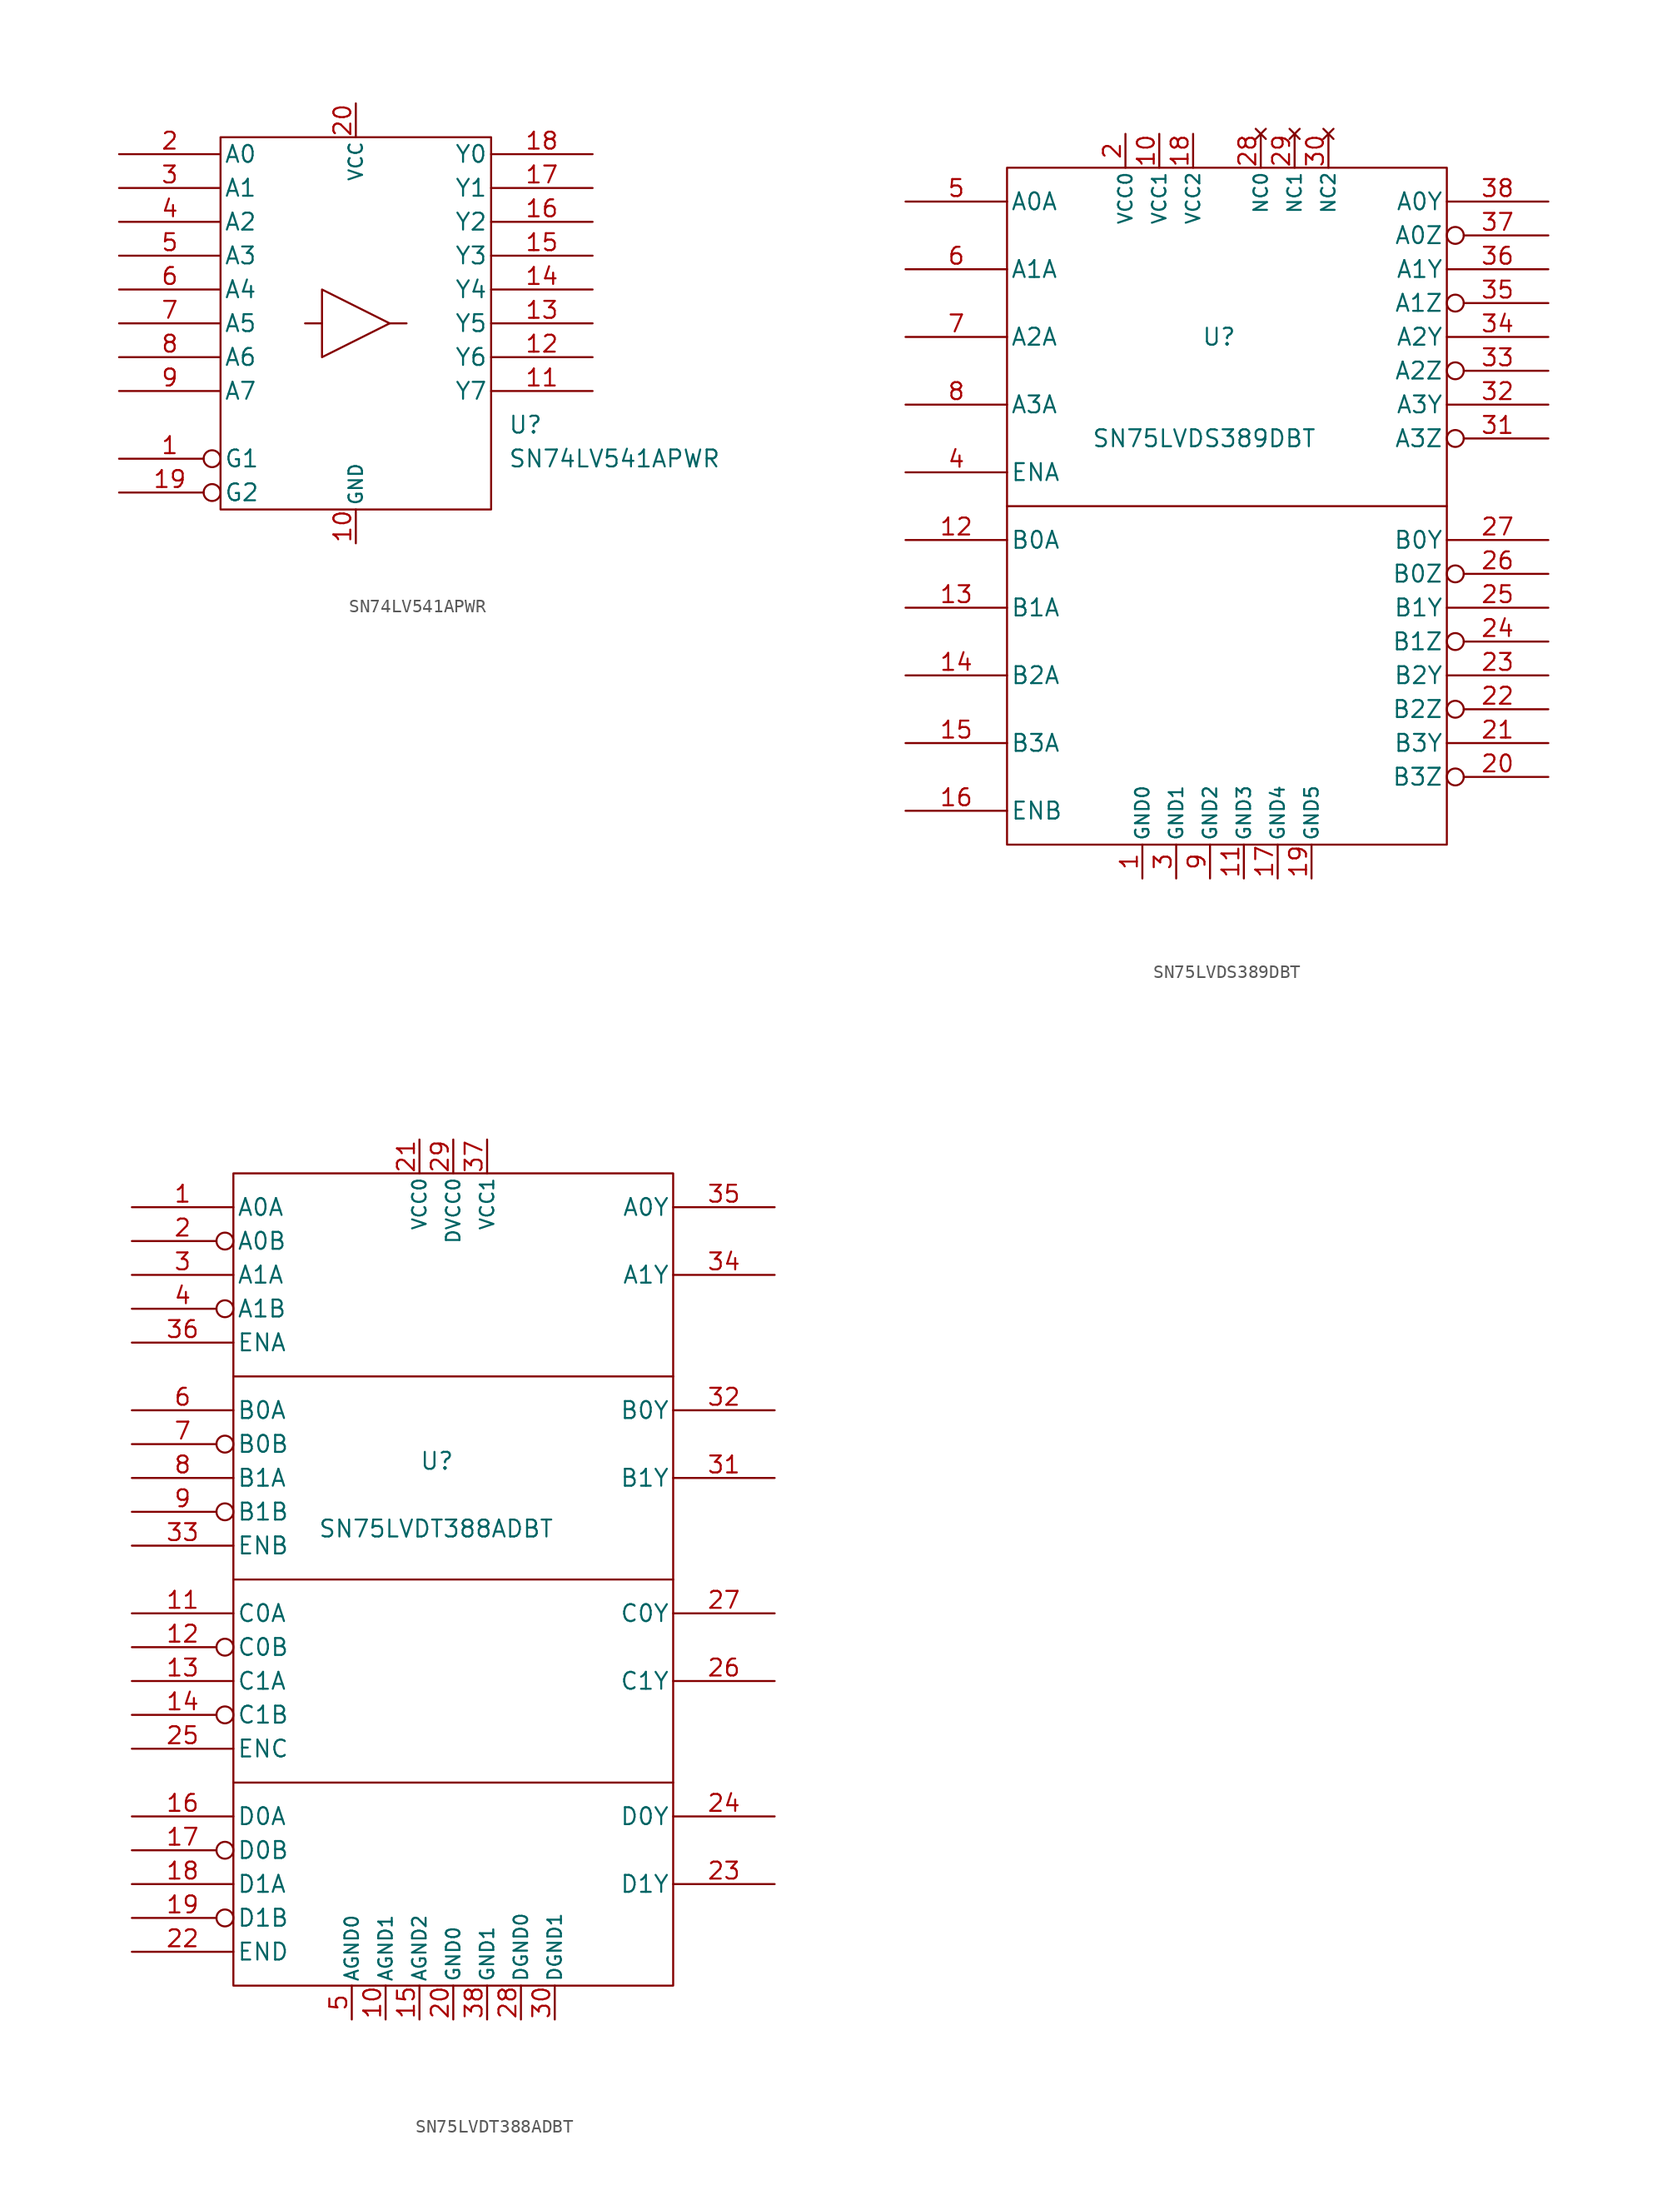
<source format=kicad_sym>
(kicad_symbol_lib
  (version 20211014)
  (generator kicad_symbol_editor)
  (symbol "SN74LV541APWR"
    (pin_names
      (offset 0.254))
    (property "Reference" "U"
      (at 29.21 -20.32 0)
      (effects (font (size 1.27 1.27)) (justify left)))
    (property "Value" "SN74LV541APWR"
      (at 29.21 -22.86 0)
      (effects (font (size 1.27 1.27)) (justify left)))
    (property "Datasheet" ""
      (at 0 0 0)
      (effects (font (size 1.27 1.27))))
    (symbol "SN74LV541APWR_0_0"
      (pin power_in line (at 17.78 -29.21 90) (length 2.54) (name "GND" (effects (font (size 1.016 1.016)))) (number "10" (effects (font (size 1.27 1.27)))))
      (pin power_in line (at 17.78 3.81 270) (length 2.54) (name "VCC" (effects (font (size 1.016 1.016)))) (number "20" (effects (font (size 1.27 1.27))))))
    (symbol "SN74LV541APWR_0_1"
      (polyline (pts (xy 15.24 -12.7) (xy 13.97 -12.7)) (stroke (width 0) (type default) (color 0 0 0 0)) (fill (type none)))
      (polyline (pts (xy 20.32 -12.7) (xy 21.59 -12.7)) (stroke (width 0) (type default) (color 0 0 0 0)) (fill (type none)))
      (polyline (pts (xy 15.24 -10.16) (xy 15.24 -15.24) (xy 20.32 -12.7) (xy 15.24 -10.16)) (stroke (width 0) (type default) (color 0 0 0 0)) (fill (type none)))
      (rectangle (start 7.62 1.27) (end 27.94 -26.67) (stroke (width 0) (type default) (color 0 0 0 0)) (fill (type none))))
    (symbol "SN74LV541APWR_1_1"
      (pin input inverted (at 0 -22.86 0) (length 7.62) (name "G1" (effects (font (size 1.27 1.27)))) (number "1" (effects (font (size 1.27 1.27)))))
      (pin tri_state line (at 35.56 -17.78 180) (length 7.62) (name "Y7" (effects (font (size 1.27 1.27)))) (number "11" (effects (font (size 1.27 1.27)))))
      (pin tri_state line (at 35.56 -15.24 180) (length 7.62) (name "Y6" (effects (font (size 1.27 1.27)))) (number "12" (effects (font (size 1.27 1.27)))))
      (pin tri_state line (at 35.56 -12.7 180) (length 7.62) (name "Y5" (effects (font (size 1.27 1.27)))) (number "13" (effects (font (size 1.27 1.27)))))
      (pin tri_state line (at 35.56 -10.16 180) (length 7.62) (name "Y4" (effects (font (size 1.27 1.27)))) (number "14" (effects (font (size 1.27 1.27)))))
      (pin tri_state line (at 35.56 -7.62 180) (length 7.62) (name "Y3" (effects (font (size 1.27 1.27)))) (number "15" (effects (font (size 1.27 1.27)))))
      (pin tri_state line (at 35.56 -5.08 180) (length 7.62) (name "Y2" (effects (font (size 1.27 1.27)))) (number "16" (effects (font (size 1.27 1.27)))))
      (pin tri_state line (at 35.56 -2.54 180) (length 7.62) (name "Y1" (effects (font (size 1.27 1.27)))) (number "17" (effects (font (size 1.27 1.27)))))
      (pin tri_state line (at 35.56 0 180) (length 7.62) (name "Y0" (effects (font (size 1.27 1.27)))) (number "18" (effects (font (size 1.27 1.27)))))
      (pin input inverted (at 0 -25.4 0) (length 7.62) (name "G2" (effects (font (size 1.27 1.27)))) (number "19" (effects (font (size 1.27 1.27)))))
      (pin input line (at 0 0 0) (length 7.62) (name "A0" (effects (font (size 1.27 1.27)))) (number "2" (effects (font (size 1.27 1.27)))))
      (pin input line (at 0 -2.54 0) (length 7.62) (name "A1" (effects (font (size 1.27 1.27)))) (number "3" (effects (font (size 1.27 1.27)))))
      (pin input line (at 0 -5.08 0) (length 7.62) (name "A2" (effects (font (size 1.27 1.27)))) (number "4" (effects (font (size 1.27 1.27)))))
      (pin input line (at 0 -7.62 0) (length 7.62) (name "A3" (effects (font (size 1.27 1.27)))) (number "5" (effects (font (size 1.27 1.27)))))
      (pin input line (at 0 -10.16 0) (length 7.62) (name "A4" (effects (font (size 1.27 1.27)))) (number "6" (effects (font (size 1.27 1.27)))))
      (pin input line (at 0 -12.7 0) (length 7.62) (name "A5" (effects (font (size 1.27 1.27)))) (number "7" (effects (font (size 1.27 1.27)))))
      (pin input line (at 0 -15.24 0) (length 7.62) (name "A6" (effects (font (size 1.27 1.27)))) (number "8" (effects (font (size 1.27 1.27)))))
      (pin input line (at 0 -17.78 0) (length 7.62) (name "A7" (effects (font (size 1.27 1.27)))) (number "9" (effects (font (size 1.27 1.27)))))))
  (symbol "SN75LVDS389DBT"
    (pin_names
      (offset 0.254))
    (property "Reference" "U"
      (at 22.225 -10.16 0)
      (effects (font (size 1.27 1.27)) (justify left)))
    (property "Value" "SN75LVDS389DBT"
      (at 13.97 -17.78 0)
      (effects (font (size 1.27 1.27)) (justify left)))
    (property "Datasheet" ""
      (at 0 0 0)
      (effects (font (size 1.27 1.27))))
    (symbol "SN75LVDS389DBT_0_0"
      (pin power_in line (at 17.78 -50.8 90) (length 2.54) (name "GND0" (effects (font (size 1.016 1.016)))) (number "1" (effects (font (size 1.27 1.27)))))
      (pin power_in line (at 19.05 5.08 270) (length 2.54) (name "VCC1" (effects (font (size 1.016 1.016)))) (number "10" (effects (font (size 1.27 1.27)))))
      (pin power_in line (at 25.4 -50.8 90) (length 2.54) (name "GND3" (effects (font (size 1.016 1.016)))) (number "11" (effects (font (size 1.27 1.27)))))
      (pin power_in line (at 27.94 -50.8 90) (length 2.54) (name "GND4" (effects (font (size 1.016 1.016)))) (number "17" (effects (font (size 1.27 1.27)))))
      (pin power_in line (at 21.59 5.08 270) (length 2.54) (name "VCC2" (effects (font (size 1.016 1.016)))) (number "18" (effects (font (size 1.27 1.27)))))
      (pin power_in line (at 30.48 -50.8 90) (length 2.54) (name "GND5" (effects (font (size 1.016 1.016)))) (number "19" (effects (font (size 1.27 1.27)))))
      (pin power_in line (at 16.51 5.08 270) (length 2.54) (name "VCC0" (effects (font (size 1.016 1.016)))) (number "2" (effects (font (size 1.27 1.27)))))
      (pin no_connect line (at 26.67 5.08 270) (length 2.54) (name "NC0" (effects (font (size 1.016 1.016)))) (number "28" (effects (font (size 1.27 1.27)))))
      (pin no_connect line (at 29.21 5.08 270) (length 2.54) (name "NC1" (effects (font (size 1.016 1.016)))) (number "29" (effects (font (size 1.27 1.27)))))
      (pin power_in line (at 20.32 -50.8 90) (length 2.54) (name "GND1" (effects (font (size 1.016 1.016)))) (number "3" (effects (font (size 1.27 1.27)))))
      (pin no_connect line (at 31.75 5.08 270) (length 2.54) (name "NC2" (effects (font (size 1.016 1.016)))) (number "30" (effects (font (size 1.27 1.27)))))
      (pin power_in line (at 22.86 -50.8 90) (length 2.54) (name "GND2" (effects (font (size 1.016 1.016)))) (number "9" (effects (font (size 1.27 1.27))))))
    (symbol "SN75LVDS389DBT_0_1"
      (polyline (pts (xy 7.62 -22.86) (xy 40.64 -22.86)) (stroke (width 0) (type default) (color 0 0 0 0)) (fill (type none)))
      (rectangle (start 7.62 2.54) (end 40.64 -48.26) (stroke (width 0) (type default) (color 0 0 0 0)) (fill (type none))))
    (symbol "SN75LVDS389DBT_1_1"
      (pin input line (at 0 -25.4 0) (length 7.62) (name "B0A" (effects (font (size 1.27 1.27)))) (number "12" (effects (font (size 1.27 1.27)))))
      (pin input line (at 0 -30.48 0) (length 7.62) (name "B1A" (effects (font (size 1.27 1.27)))) (number "13" (effects (font (size 1.27 1.27)))))
      (pin input line (at 0 -35.56 0) (length 7.62) (name "B2A" (effects (font (size 1.27 1.27)))) (number "14" (effects (font (size 1.27 1.27)))))
      (pin input line (at 0 -40.64 0) (length 7.62) (name "B3A" (effects (font (size 1.27 1.27)))) (number "15" (effects (font (size 1.27 1.27)))))
      (pin input line (at 0 -45.72 0) (length 7.62) (name "ENB" (effects (font (size 1.27 1.27)))) (number "16" (effects (font (size 1.27 1.27)))))
      (pin tri_state inverted (at 48.26 -43.18 180) (length 7.62) (name "B3Z" (effects (font (size 1.27 1.27)))) (number "20" (effects (font (size 1.27 1.27)))))
      (pin tri_state line (at 48.26 -40.64 180) (length 7.62) (name "B3Y" (effects (font (size 1.27 1.27)))) (number "21" (effects (font (size 1.27 1.27)))))
      (pin tri_state inverted (at 48.26 -38.1 180) (length 7.62) (name "B2Z" (effects (font (size 1.27 1.27)))) (number "22" (effects (font (size 1.27 1.27)))))
      (pin tri_state line (at 48.26 -35.56 180) (length 7.62) (name "B2Y" (effects (font (size 1.27 1.27)))) (number "23" (effects (font (size 1.27 1.27)))))
      (pin tri_state inverted (at 48.26 -33.02 180) (length 7.62) (name "B1Z" (effects (font (size 1.27 1.27)))) (number "24" (effects (font (size 1.27 1.27)))))
      (pin tri_state line (at 48.26 -30.48 180) (length 7.62) (name "B1Y" (effects (font (size 1.27 1.27)))) (number "25" (effects (font (size 1.27 1.27)))))
      (pin tri_state inverted (at 48.26 -27.94 180) (length 7.62) (name "B0Z" (effects (font (size 1.27 1.27)))) (number "26" (effects (font (size 1.27 1.27)))))
      (pin tri_state line (at 48.26 -25.4 180) (length 7.62) (name "B0Y" (effects (font (size 1.27 1.27)))) (number "27" (effects (font (size 1.27 1.27)))))
      (pin tri_state inverted (at 48.26 -17.78 180) (length 7.62) (name "A3Z" (effects (font (size 1.27 1.27)))) (number "31" (effects (font (size 1.27 1.27)))))
      (pin tri_state line (at 48.26 -15.24 180) (length 7.62) (name "A3Y" (effects (font (size 1.27 1.27)))) (number "32" (effects (font (size 1.27 1.27)))))
      (pin tri_state inverted (at 48.26 -12.7 180) (length 7.62) (name "A2Z" (effects (font (size 1.27 1.27)))) (number "33" (effects (font (size 1.27 1.27)))))
      (pin tri_state line (at 48.26 -10.16 180) (length 7.62) (name "A2Y" (effects (font (size 1.27 1.27)))) (number "34" (effects (font (size 1.27 1.27)))))
      (pin tri_state inverted (at 48.26 -7.62 180) (length 7.62) (name "A1Z" (effects (font (size 1.27 1.27)))) (number "35" (effects (font (size 1.27 1.27)))))
      (pin tri_state line (at 48.26 -5.08 180) (length 7.62) (name "A1Y" (effects (font (size 1.27 1.27)))) (number "36" (effects (font (size 1.27 1.27)))))
      (pin tri_state inverted (at 48.26 -2.54 180) (length 7.62) (name "A0Z" (effects (font (size 1.27 1.27)))) (number "37" (effects (font (size 1.27 1.27)))))
      (pin tri_state line (at 48.26 0 180) (length 7.62) (name "A0Y" (effects (font (size 1.27 1.27)))) (number "38" (effects (font (size 1.27 1.27)))))
      (pin input line (at 0 -20.32 0) (length 7.62) (name "ENA" (effects (font (size 1.27 1.27)))) (number "4" (effects (font (size 1.27 1.27)))))
      (pin input line (at 0 0 0) (length 7.62) (name "A0A" (effects (font (size 1.27 1.27)))) (number "5" (effects (font (size 1.27 1.27)))))
      (pin input line (at 0 -5.08 0) (length 7.62) (name "A1A" (effects (font (size 1.27 1.27)))) (number "6" (effects (font (size 1.27 1.27)))))
      (pin input line (at 0 -10.16 0) (length 7.62) (name "A2A" (effects (font (size 1.27 1.27)))) (number "7" (effects (font (size 1.27 1.27)))))
      (pin input line (at 0 -15.24 0) (length 7.62) (name "A3A" (effects (font (size 1.27 1.27)))) (number "8" (effects (font (size 1.27 1.27)))))))
  (symbol "SN75LVDT388ADBT"
    (pin_names
      (offset 0.254))
    (property "Reference" "U"
      (at 21.59 -19.05 0)
      (effects (font (size 1.27 1.27)) (justify left)))
    (property "Value" "SN75LVDT388ADBT"
      (at 13.97 -24.13 0)
      (effects (font (size 1.27 1.27)) (justify left)))
    (property "Datasheet" ""
      (at 54.61 0 0)
      (effects (font (size 1.27 1.27))))
    (symbol "SN75LVDT388ADBT_0_0"
      (pin power_in line (at 19.05 -60.96 90) (length 2.54) (name "AGND1" (effects (font (size 1.016 1.016)))) (number "10" (effects (font (size 1.27 1.27)))))
      (pin power_in line (at 21.59 -60.96 90) (length 2.54) (name "AGND2" (effects (font (size 1.016 1.016)))) (number "15" (effects (font (size 1.27 1.27)))))
      (pin power_in line (at 24.13 -60.96 90) (length 2.54) (name "GND0" (effects (font (size 1.016 1.016)))) (number "20" (effects (font (size 1.27 1.27)))))
      (pin power_in line (at 21.59 5.08 270) (length 2.54) (name "VCC0" (effects (font (size 1.016 1.016)))) (number "21" (effects (font (size 1.27 1.27)))))
      (pin power_in line (at 29.21 -60.96 90) (length 2.54) (name "DGND0" (effects (font (size 1.016 1.016)))) (number "28" (effects (font (size 1.27 1.27)))))
      (pin power_in line (at 24.13 5.08 270) (length 2.54) (name "DVCC0" (effects (font (size 1.016 1.016)))) (number "29" (effects (font (size 1.27 1.27)))))
      (pin power_in line (at 31.75 -60.96 90) (length 2.54) (name "DGND1" (effects (font (size 1.016 1.016)))) (number "30" (effects (font (size 1.27 1.27)))))
      (pin power_in line (at 26.67 5.08 270) (length 2.54) (name "VCC1" (effects (font (size 1.016 1.016)))) (number "37" (effects (font (size 1.27 1.27)))))
      (pin power_in line (at 26.67 -60.96 90) (length 2.54) (name "GND1" (effects (font (size 1.016 1.016)))) (number "38" (effects (font (size 1.27 1.27)))))
      (pin power_in line (at 16.51 -60.96 90) (length 2.54) (name "AGND0" (effects (font (size 1.016 1.016)))) (number "5" (effects (font (size 1.27 1.27))))))
    (symbol "SN75LVDT388ADBT_0_1"
      (polyline (pts (xy 7.62 -43.18) (xy 40.64 -43.18)) (stroke (width 0) (type default) (color 0 0 0 0)) (fill (type none)))
      (polyline (pts (xy 7.62 -27.94) (xy 40.64 -27.94)) (stroke (width 0) (type default) (color 0 0 0 0)) (fill (type none)))
      (polyline (pts (xy 7.62 -12.7) (xy 40.64 -12.7)) (stroke (width 0) (type default) (color 0 0 0 0)) (fill (type none)))
      (rectangle (start 7.62 2.54) (end 40.64 -58.42) (stroke (width 0) (type default) (color 0 0 0 0)) (fill (type none))))
    (symbol "SN75LVDT388ADBT_1_1"
      (pin input line (at 0 0 0) (length 7.62) (name "A0A" (effects (font (size 1.27 1.27)))) (number "1" (effects (font (size 1.27 1.27)))))
      (pin input line (at 0 -30.48 0) (length 7.62) (name "C0A" (effects (font (size 1.27 1.27)))) (number "11" (effects (font (size 1.27 1.27)))))
      (pin input inverted (at 0 -33.02 0) (length 7.62) (name "C0B" (effects (font (size 1.27 1.27)))) (number "12" (effects (font (size 1.27 1.27)))))
      (pin input line (at 0 -35.56 0) (length 7.62) (name "C1A" (effects (font (size 1.27 1.27)))) (number "13" (effects (font (size 1.27 1.27)))))
      (pin input inverted (at 0 -38.1 0) (length 7.62) (name "C1B" (effects (font (size 1.27 1.27)))) (number "14" (effects (font (size 1.27 1.27)))))
      (pin input line (at 0 -45.72 0) (length 7.62) (name "D0A" (effects (font (size 1.27 1.27)))) (number "16" (effects (font (size 1.27 1.27)))))
      (pin input inverted (at 0 -48.26 0) (length 7.62) (name "D0B" (effects (font (size 1.27 1.27)))) (number "17" (effects (font (size 1.27 1.27)))))
      (pin input line (at 0 -50.8 0) (length 7.62) (name "D1A" (effects (font (size 1.27 1.27)))) (number "18" (effects (font (size 1.27 1.27)))))
      (pin input inverted (at 0 -53.34 0) (length 7.62) (name "D1B" (effects (font (size 1.27 1.27)))) (number "19" (effects (font (size 1.27 1.27)))))
      (pin input inverted (at 0 -2.54 0) (length 7.62) (name "A0B" (effects (font (size 1.27 1.27)))) (number "2" (effects (font (size 1.27 1.27)))))
      (pin input line (at 0 -55.88 0) (length 7.62) (name "END" (effects (font (size 1.27 1.27)))) (number "22" (effects (font (size 1.27 1.27)))))
      (pin tri_state line (at 48.26 -50.8 180) (length 7.62) (name "D1Y" (effects (font (size 1.27 1.27)))) (number "23" (effects (font (size 1.27 1.27)))))
      (pin tri_state line (at 48.26 -45.72 180) (length 7.62) (name "D0Y" (effects (font (size 1.27 1.27)))) (number "24" (effects (font (size 1.27 1.27)))))
      (pin input line (at 0 -40.64 0) (length 7.62) (name "ENC" (effects (font (size 1.27 1.27)))) (number "25" (effects (font (size 1.27 1.27)))))
      (pin tri_state line (at 48.26 -35.56 180) (length 7.62) (name "C1Y" (effects (font (size 1.27 1.27)))) (number "26" (effects (font (size 1.27 1.27)))))
      (pin tri_state line (at 48.26 -30.48 180) (length 7.62) (name "C0Y" (effects (font (size 1.27 1.27)))) (number "27" (effects (font (size 1.27 1.27)))))
      (pin input line (at 0 -5.08 0) (length 7.62) (name "A1A" (effects (font (size 1.27 1.27)))) (number "3" (effects (font (size 1.27 1.27)))))
      (pin tri_state line (at 48.26 -20.32 180) (length 7.62) (name "B1Y" (effects (font (size 1.27 1.27)))) (number "31" (effects (font (size 1.27 1.27)))))
      (pin tri_state line (at 48.26 -15.24 180) (length 7.62) (name "B0Y" (effects (font (size 1.27 1.27)))) (number "32" (effects (font (size 1.27 1.27)))))
      (pin input line (at 0 -25.4 0) (length 7.62) (name "ENB" (effects (font (size 1.27 1.27)))) (number "33" (effects (font (size 1.27 1.27)))))
      (pin tri_state line (at 48.26 -5.08 180) (length 7.62) (name "A1Y" (effects (font (size 1.27 1.27)))) (number "34" (effects (font (size 1.27 1.27)))))
      (pin tri_state line (at 48.26 0 180) (length 7.62) (name "A0Y" (effects (font (size 1.27 1.27)))) (number "35" (effects (font (size 1.27 1.27)))))
      (pin input line (at 0 -10.16 0) (length 7.62) (name "ENA" (effects (font (size 1.27 1.27)))) (number "36" (effects (font (size 1.27 1.27)))))
      (pin input inverted (at 0 -7.62 0) (length 7.62) (name "A1B" (effects (font (size 1.27 1.27)))) (number "4" (effects (font (size 1.27 1.27)))))
      (pin input line (at 0 -15.24 0) (length 7.62) (name "B0A" (effects (font (size 1.27 1.27)))) (number "6" (effects (font (size 1.27 1.27)))))
      (pin input inverted (at 0 -17.78 0) (length 7.62) (name "B0B" (effects (font (size 1.27 1.27)))) (number "7" (effects (font (size 1.27 1.27)))))
      (pin input line (at 0 -20.32 0) (length 7.62) (name "B1A" (effects (font (size 1.27 1.27)))) (number "8" (effects (font (size 1.27 1.27)))))
      (pin input inverted (at 0 -22.86 0) (length 7.62) (name "B1B" (effects (font (size 1.27 1.27)))) (number "9" (effects (font (size 1.27 1.27))))))))
</source>
